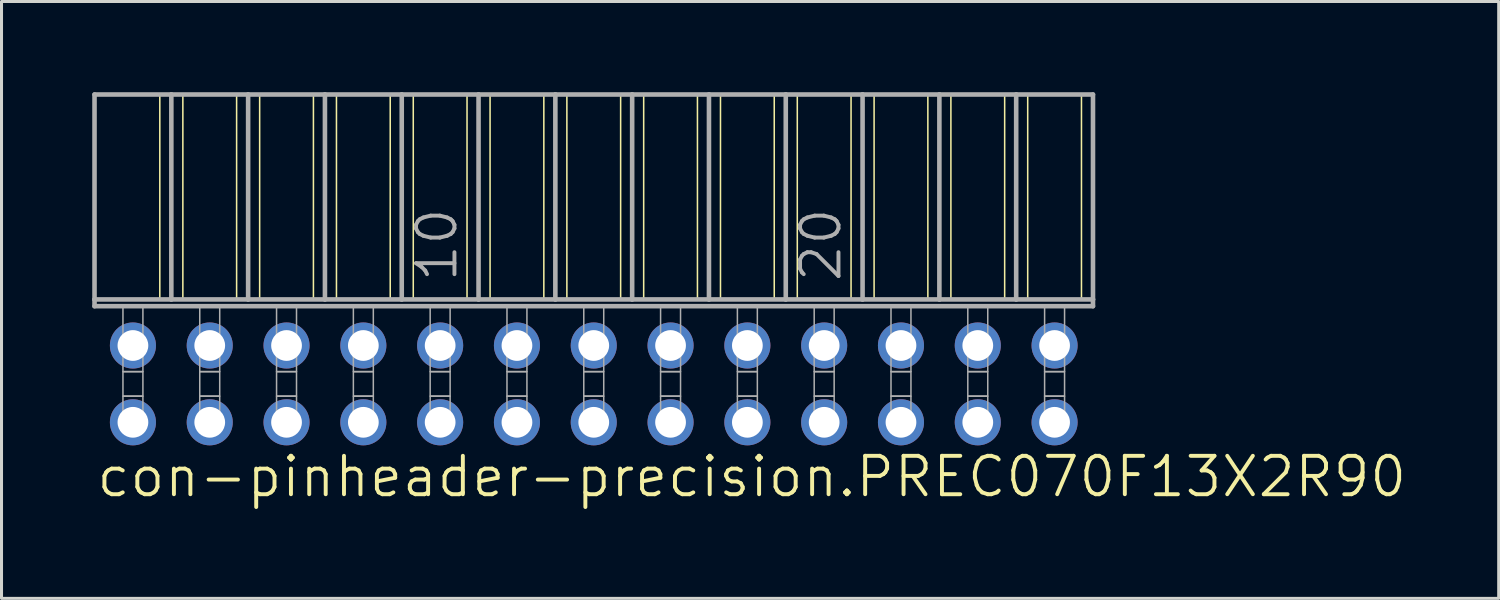
<source format=kicad_pcb>
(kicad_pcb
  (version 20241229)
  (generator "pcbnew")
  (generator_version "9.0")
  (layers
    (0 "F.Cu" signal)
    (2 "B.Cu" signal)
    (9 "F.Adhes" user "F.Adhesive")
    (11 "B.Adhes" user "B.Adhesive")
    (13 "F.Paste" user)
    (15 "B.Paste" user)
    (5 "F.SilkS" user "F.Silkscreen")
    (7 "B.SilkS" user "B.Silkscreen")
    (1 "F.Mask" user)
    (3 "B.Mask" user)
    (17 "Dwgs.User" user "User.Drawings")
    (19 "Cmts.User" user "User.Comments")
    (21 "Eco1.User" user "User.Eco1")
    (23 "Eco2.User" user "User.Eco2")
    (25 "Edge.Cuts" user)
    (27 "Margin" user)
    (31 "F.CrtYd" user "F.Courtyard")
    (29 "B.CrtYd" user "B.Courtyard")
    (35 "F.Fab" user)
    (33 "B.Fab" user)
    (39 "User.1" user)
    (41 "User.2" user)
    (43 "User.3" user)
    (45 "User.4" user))
  (footprint "con-pinheader-precision.PREC070F13X2R90"
    (layer "F.Cu")
    (at 16.586 9.646)
    (property "Reference" "con-pinheader-precision.PREC070F13X2R90" (at -16.51 3.81 0) (layer "F.SilkS") (effects (font (size 1.27 1.27) (thickness 0.13)) (justify left bottom)))
    (attr through_hole)
    (fp_line (start -14.351 -9.57) (end -14.351 -2.794) (stroke (width 0.051) (type default)) (layer "F.SilkS"))
    (fp_line (start -13.589 -9.57) (end -13.589 -2.794) (stroke (width 0.051) (type default)) (layer "F.SilkS"))
    (fp_line (start -11.811 -9.57) (end -11.811 -2.794) (stroke (width 0.051) (type default)) (layer "F.SilkS"))
    (fp_line (start -11.049 -9.57) (end -11.049 -2.794) (stroke (width 0.051) (type default)) (layer "F.SilkS"))
    (fp_line (start -9.271 -9.57) (end -9.271 -2.794) (stroke (width 0.051) (type default)) (layer "F.SilkS"))
    (fp_line (start -8.509 -9.57) (end -8.509 -2.794) (stroke (width 0.051) (type default)) (layer "F.SilkS"))
    (fp_line (start -6.731 -9.57) (end -6.731 -2.794) (stroke (width 0.051) (type default)) (layer "F.SilkS"))
    (fp_line (start -5.969 -9.57) (end -5.969 -2.794) (stroke (width 0.051) (type default)) (layer "F.SilkS"))
    (fp_line (start -4.191 -9.57) (end -4.191 -2.794) (stroke (width 0.051) (type default)) (layer "F.SilkS"))
    (fp_line (start -3.429 -9.57) (end -3.429 -2.794) (stroke (width 0.051) (type default)) (layer "F.SilkS"))
    (fp_line (start -1.651 -9.57) (end -1.651 -2.794) (stroke (width 0.051) (type default)) (layer "F.SilkS"))
    (fp_line (start -0.889 -9.57) (end -0.889 -2.794) (stroke (width 0.051) (type default)) (layer "F.SilkS"))
    (fp_line (start 0.889 -9.57) (end 0.889 -2.794) (stroke (width 0.051) (type default)) (layer "F.SilkS"))
    (fp_line (start 1.651 -9.57) (end 1.651 -2.794) (stroke (width 0.051) (type default)) (layer "F.SilkS"))
    (fp_line (start 3.429 -9.57) (end 3.429 -2.794) (stroke (width 0.051) (type default)) (layer "F.SilkS"))
    (fp_line (start 4.191 -9.57) (end 4.191 -2.794) (stroke (width 0.051) (type default)) (layer "F.SilkS"))
    (fp_line (start 5.969 -9.57) (end 5.969 -2.794) (stroke (width 0.051) (type default)) (layer "F.SilkS"))
    (fp_line (start 6.731 -9.57) (end 6.731 -2.794) (stroke (width 0.051) (type default)) (layer "F.SilkS"))
    (fp_line (start 8.509 -9.57) (end 8.509 -2.794) (stroke (width 0.051) (type default)) (layer "F.SilkS"))
    (fp_line (start 9.271 -9.57) (end 9.271 -2.794) (stroke (width 0.051) (type default)) (layer "F.SilkS"))
    (fp_line (start 11.049 -9.57) (end 11.049 -2.794) (stroke (width 0.051) (type default)) (layer "F.SilkS"))
    (fp_line (start 11.811 -9.57) (end 11.811 -2.794) (stroke (width 0.051) (type default)) (layer "F.SilkS"))
    (fp_line (start 13.589 -9.57) (end 13.589 -2.794) (stroke (width 0.051) (type default)) (layer "F.SilkS"))
    (fp_line (start 14.351 -9.57) (end 14.351 -2.794) (stroke (width 0.051) (type default)) (layer "F.SilkS"))
    (fp_line (start 16.129 -9.57) (end 16.129 -2.794) (stroke (width 0.051) (type default)) (layer "F.SilkS"))
    (fp_line (start -16.51 -9.57) (end -13.97 -9.57) (stroke (width 0.152) (type default)) (layer "F.Fab"))
    (fp_line (start -16.51 -2.794) (end -16.51 -9.57) (stroke (width 0.152) (type default)) (layer "F.Fab"))
    (fp_line (start -16.51 -2.57) (end -16.51 -2.794) (stroke (width 0.152) (type default)) (layer "F.Fab"))
    (fp_line (start -16.51 -2.57) (end 16.51 -2.57) (stroke (width 0.152) (type default)) (layer "F.Fab"))
    (fp_line (start -13.97 -9.57) (end -11.43 -9.57) (stroke (width 0.152) (type default)) (layer "F.Fab"))
    (fp_line (start -13.97 -2.794) (end -16.51 -2.794) (stroke (width 0.152) (type default)) (layer "F.Fab"))
    (fp_line (start -13.97 -2.794) (end -13.97 -9.57) (stroke (width 0.152) (type default)) (layer "F.Fab"))
    (fp_line (start -13.97 -2.794) (end -11.43 -2.794) (stroke (width 0.152) (type default)) (layer "F.Fab"))
    (fp_line (start -11.43 -9.57) (end -8.89 -9.57) (stroke (width 0.152) (type default)) (layer "F.Fab"))
    (fp_line (start -11.43 -2.794) (end -11.43 -9.57) (stroke (width 0.152) (type default)) (layer "F.Fab"))
    (fp_line (start -8.89 -9.57) (end -6.35 -9.57) (stroke (width 0.152) (type default)) (layer "F.Fab"))
    (fp_line (start -8.89 -2.794) (end -11.43 -2.794) (stroke (width 0.152) (type default)) (layer "F.Fab"))
    (fp_line (start -8.89 -2.794) (end -8.89 -9.57) (stroke (width 0.152) (type default)) (layer "F.Fab"))
    (fp_line (start -6.35 -9.57) (end -3.81 -9.57) (stroke (width 0.152) (type default)) (layer "F.Fab"))
    (fp_line (start -6.35 -2.794) (end -8.89 -2.794) (stroke (width 0.152) (type default)) (layer "F.Fab"))
    (fp_line (start -6.35 -2.794) (end -6.35 -9.57) (stroke (width 0.152) (type default)) (layer "F.Fab"))
    (fp_line (start -3.81 -9.57) (end -1.27 -9.57) (stroke (width 0.152) (type default)) (layer "F.Fab"))
    (fp_line (start -3.81 -2.794) (end -6.35 -2.794) (stroke (width 0.152) (type default)) (layer "F.Fab"))
    (fp_line (start -3.81 -2.794) (end -3.81 -9.57) (stroke (width 0.152) (type default)) (layer "F.Fab"))
    (fp_line (start -1.27 -9.57) (end 1.27 -9.57) (stroke (width 0.152) (type default)) (layer "F.Fab"))
    (fp_line (start -1.27 -2.794) (end -3.81 -2.794) (stroke (width 0.152) (type default)) (layer "F.Fab"))
    (fp_line (start -1.27 -2.794) (end -1.27 -9.57) (stroke (width 0.152) (type default)) (layer "F.Fab"))
    (fp_line (start -1.27 -2.794) (end 1.27 -2.794) (stroke (width 0.152) (type default)) (layer "F.Fab"))
    (fp_line (start 1.27 -9.57) (end 3.81 -9.57) (stroke (width 0.152) (type default)) (layer "F.Fab"))
    (fp_line (start 1.27 -2.794) (end 1.27 -9.57) (stroke (width 0.152) (type default)) (layer "F.Fab"))
    (fp_line (start 3.81 -9.57) (end 6.35 -9.57) (stroke (width 0.152) (type default)) (layer "F.Fab"))
    (fp_line (start 3.81 -2.794) (end 1.27 -2.794) (stroke (width 0.152) (type default)) (layer "F.Fab"))
    (fp_line (start 3.81 -2.794) (end 3.81 -9.57) (stroke (width 0.152) (type default)) (layer "F.Fab"))
    (fp_line (start 6.35 -9.57) (end 8.89 -9.57) (stroke (width 0.152) (type default)) (layer "F.Fab"))
    (fp_line (start 6.35 -2.794) (end 3.81 -2.794) (stroke (width 0.152) (type default)) (layer "F.Fab"))
    (fp_line (start 6.35 -2.794) (end 6.35 -9.57) (stroke (width 0.152) (type default)) (layer "F.Fab"))
    (fp_line (start 8.89 -9.57) (end 11.43 -9.57) (stroke (width 0.152) (type default)) (layer "F.Fab"))
    (fp_line (start 8.89 -2.794) (end 6.35 -2.794) (stroke (width 0.152) (type default)) (layer "F.Fab"))
    (fp_line (start 8.89 -2.794) (end 8.89 -9.57) (stroke (width 0.152) (type default)) (layer "F.Fab"))
    (fp_line (start 11.43 -9.57) (end 13.97 -9.57) (stroke (width 0.152) (type default)) (layer "F.Fab"))
    (fp_line (start 11.43 -2.794) (end 8.89 -2.794) (stroke (width 0.152) (type default)) (layer "F.Fab"))
    (fp_line (start 11.43 -2.794) (end 11.43 -9.57) (stroke (width 0.152) (type default)) (layer "F.Fab"))
    (fp_line (start 11.43 -2.794) (end 13.97 -2.794) (stroke (width 0.152) (type default)) (layer "F.Fab"))
    (fp_line (start 13.97 -9.57) (end 16.51 -9.57) (stroke (width 0.152) (type default)) (layer "F.Fab"))
    (fp_line (start 13.97 -2.794) (end 13.97 -9.57) (stroke (width 0.152) (type default)) (layer "F.Fab"))
    (fp_line (start 16.51 -2.794) (end 13.97 -2.794) (stroke (width 0.152) (type default)) (layer "F.Fab"))
    (fp_line (start 16.51 -2.794) (end 16.51 -9.57) (stroke (width 0.152) (type default)) (layer "F.Fab"))
    (fp_line (start 16.51 -2.57) (end 16.51 -2.794) (stroke (width 0.152) (type default)) (layer "F.Fab"))
    (fp_rect (start -15.57 -0.406) (end -14.91 -2.57) (stroke (width 0.05) (type default)) (fill no) (layer "F.Fab"))
    (fp_rect (start -15.57 0.406) (end -14.91 -0.406) (stroke (width 0.05) (type default)) (fill no) (layer "F.Fab"))
    (fp_rect (start -15.57 1.575) (end -14.91 0.406) (stroke (width 0.05) (type default)) (fill no) (layer "F.Fab"))
    (fp_rect (start -13.03 -0.406) (end -12.37 -2.57) (stroke (width 0.05) (type default)) (fill no) (layer "F.Fab"))
    (fp_rect (start -13.03 0.406) (end -12.37 -0.406) (stroke (width 0.05) (type default)) (fill no) (layer "F.Fab"))
    (fp_rect (start -13.03 1.575) (end -12.37 0.406) (stroke (width 0.05) (type default)) (fill no) (layer "F.Fab"))
    (fp_rect (start -10.49 -0.406) (end -9.83 -2.57) (stroke (width 0.05) (type default)) (fill no) (layer "F.Fab"))
    (fp_rect (start -10.49 0.406) (end -9.83 -0.406) (stroke (width 0.05) (type default)) (fill no) (layer "F.Fab"))
    (fp_rect (start -10.49 1.575) (end -9.83 0.406) (stroke (width 0.05) (type default)) (fill no) (layer "F.Fab"))
    (fp_rect (start -7.95 -0.406) (end -7.29 -2.57) (stroke (width 0.05) (type default)) (fill no) (layer "F.Fab"))
    (fp_rect (start -7.95 0.406) (end -7.29 -0.406) (stroke (width 0.05) (type default)) (fill no) (layer "F.Fab"))
    (fp_rect (start -7.95 1.575) (end -7.29 0.406) (stroke (width 0.05) (type default)) (fill no) (layer "F.Fab"))
    (fp_rect (start -5.41 -0.406) (end -4.75 -2.57) (stroke (width 0.05) (type default)) (fill no) (layer "F.Fab"))
    (fp_rect (start -5.41 0.406) (end -4.75 -0.406) (stroke (width 0.05) (type default)) (fill no) (layer "F.Fab"))
    (fp_rect (start -5.41 1.575) (end -4.75 0.406) (stroke (width 0.05) (type default)) (fill no) (layer "F.Fab"))
    (fp_rect (start -2.87 -0.406) (end -2.21 -2.57) (stroke (width 0.05) (type default)) (fill no) (layer "F.Fab"))
    (fp_rect (start -2.87 0.406) (end -2.21 -0.406) (stroke (width 0.05) (type default)) (fill no) (layer "F.Fab"))
    (fp_rect (start -2.87 1.575) (end -2.21 0.406) (stroke (width 0.05) (type default)) (fill no) (layer "F.Fab"))
    (fp_rect (start -0.33 -0.406) (end 0.33 -2.57) (stroke (width 0.05) (type default)) (fill no) (layer "F.Fab"))
    (fp_rect (start -0.33 0.406) (end 0.33 -0.406) (stroke (width 0.05) (type default)) (fill no) (layer "F.Fab"))
    (fp_rect (start -0.33 1.575) (end 0.33 0.406) (stroke (width 0.05) (type default)) (fill no) (layer "F.Fab"))
    (fp_rect (start 2.21 -0.406) (end 2.87 -2.57) (stroke (width 0.05) (type default)) (fill no) (layer "F.Fab"))
    (fp_rect (start 2.21 0.406) (end 2.87 -0.406) (stroke (width 0.05) (type default)) (fill no) (layer "F.Fab"))
    (fp_rect (start 2.21 1.575) (end 2.87 0.406) (stroke (width 0.05) (type default)) (fill no) (layer "F.Fab"))
    (fp_rect (start 4.75 -0.406) (end 5.41 -2.57) (stroke (width 0.05) (type default)) (fill no) (layer "F.Fab"))
    (fp_rect (start 4.75 0.406) (end 5.41 -0.406) (stroke (width 0.05) (type default)) (fill no) (layer "F.Fab"))
    (fp_rect (start 4.75 1.575) (end 5.41 0.406) (stroke (width 0.05) (type default)) (fill no) (layer "F.Fab"))
    (fp_rect (start 7.29 -0.406) (end 7.95 -2.57) (stroke (width 0.05) (type default)) (fill no) (layer "F.Fab"))
    (fp_rect (start 7.29 0.406) (end 7.95 -0.406) (stroke (width 0.05) (type default)) (fill no) (layer "F.Fab"))
    (fp_rect (start 7.29 1.575) (end 7.95 0.406) (stroke (width 0.05) (type default)) (fill no) (layer "F.Fab"))
    (fp_rect (start 9.83 -0.406) (end 10.49 -2.57) (stroke (width 0.05) (type default)) (fill no) (layer "F.Fab"))
    (fp_rect (start 9.83 0.406) (end 10.49 -0.406) (stroke (width 0.05) (type default)) (fill no) (layer "F.Fab"))
    (fp_rect (start 9.83 1.575) (end 10.49 0.406) (stroke (width 0.05) (type default)) (fill no) (layer "F.Fab"))
    (fp_rect (start 12.37 -0.406) (end 13.03 -2.57) (stroke (width 0.05) (type default)) (fill no) (layer "F.Fab"))
    (fp_rect (start 12.37 0.406) (end 13.03 -0.406) (stroke (width 0.05) (type default)) (fill no) (layer "F.Fab"))
    (fp_rect (start 12.37 1.575) (end 13.03 0.406) (stroke (width 0.05) (type default)) (fill no) (layer "F.Fab"))
    (fp_rect (start 14.91 -0.406) (end 15.57 -2.57) (stroke (width 0.05) (type default)) (fill no) (layer "F.Fab"))
    (fp_rect (start 14.91 0.406) (end 15.57 -0.406) (stroke (width 0.05) (type default)) (fill no) (layer "F.Fab"))
    (fp_rect (start 14.91 1.575) (end 15.57 0.406) (stroke (width 0.05) (type default)) (fill no) (layer "F.Fab"))
    (fp_text user "20" (at 8.255 -3.302 90) (layer "F.Fab") (effects (font (size 1.27 1.27) (thickness 0.13)) (justify left bottom)))
    (fp_text user "10" (at -4.445 -3.302 90) (layer "F.Fab") (effects (font (size 1.27 1.27) (thickness 0.13)) (justify left bottom)))
    (pad "1" thru_hole circle (at -15.24 -1.27 180) (size 1.524 1.524) (drill 1.016) (layers "*.Cu" "*.Mask"))
    (pad "2" thru_hole circle (at -15.24 1.27 180) (size 1.524 1.524) (drill 1.016) (layers "*.Cu" "*.Mask"))
    (pad "3" thru_hole circle (at -12.7 -1.27 180) (size 1.524 1.524) (drill 1.016) (layers "*.Cu" "*.Mask"))
    (pad "4" thru_hole circle (at -12.7 1.27 180) (size 1.524 1.524) (drill 1.016) (layers "*.Cu" "*.Mask"))
    (pad "5" thru_hole circle (at -10.16 -1.27 180) (size 1.524 1.524) (drill 1.016) (layers "*.Cu" "*.Mask"))
    (pad "6" thru_hole circle (at -10.16 1.27 180) (size 1.524 1.524) (drill 1.016) (layers "*.Cu" "*.Mask"))
    (pad "7" thru_hole circle (at -7.62 -1.27 180) (size 1.524 1.524) (drill 1.016) (layers "*.Cu" "*.Mask"))
    (pad "8" thru_hole circle (at -7.62 1.27 180) (size 1.524 1.524) (drill 1.016) (layers "*.Cu" "*.Mask"))
    (pad "9" thru_hole circle (at -5.08 -1.27 180) (size 1.524 1.524) (drill 1.016) (layers "*.Cu" "*.Mask"))
    (pad "10" thru_hole circle (at -5.08 1.27 180) (size 1.524 1.524) (drill 1.016) (layers "*.Cu" "*.Mask"))
    (pad "11" thru_hole circle (at -2.54 -1.27 180) (size 1.524 1.524) (drill 1.016) (layers "*.Cu" "*.Mask"))
    (pad "12" thru_hole circle (at -2.54 1.27 180) (size 1.524 1.524) (drill 1.016) (layers "*.Cu" "*.Mask"))
    (pad "13" thru_hole circle (at 0 -1.27 180) (size 1.524 1.524) (drill 1.016) (layers "*.Cu" "*.Mask"))
    (pad "14" thru_hole circle (at 0 1.27 180) (size 1.524 1.524) (drill 1.016) (layers "*.Cu" "*.Mask"))
    (pad "15" thru_hole circle (at 2.54 -1.27 180) (size 1.524 1.524) (drill 1.016) (layers "*.Cu" "*.Mask"))
    (pad "16" thru_hole circle (at 2.54 1.27 180) (size 1.524 1.524) (drill 1.016) (layers "*.Cu" "*.Mask"))
    (pad "17" thru_hole circle (at 5.08 -1.27 180) (size 1.524 1.524) (drill 1.016) (layers "*.Cu" "*.Mask"))
    (pad "18" thru_hole circle (at 5.08 1.27 180) (size 1.524 1.524) (drill 1.016) (layers "*.Cu" "*.Mask"))
    (pad "19" thru_hole circle (at 7.62 -1.27 180) (size 1.524 1.524) (drill 1.016) (layers "*.Cu" "*.Mask"))
    (pad "20" thru_hole circle (at 7.62 1.27 180) (size 1.524 1.524) (drill 1.016) (layers "*.Cu" "*.Mask"))
    (pad "21" thru_hole circle (at 10.16 -1.27 180) (size 1.524 1.524) (drill 1.016) (layers "*.Cu" "*.Mask"))
    (pad "22" thru_hole circle (at 10.16 1.27 180) (size 1.524 1.524) (drill 1.016) (layers "*.Cu" "*.Mask"))
    (pad "23" thru_hole circle (at 12.7 -1.27 180) (size 1.524 1.524) (drill 1.016) (layers "*.Cu" "*.Mask"))
    (pad "24" thru_hole circle (at 12.7 1.27 180) (size 1.524 1.524) (drill 1.016) (layers "*.Cu" "*.Mask"))
    (pad "25" thru_hole circle (at 15.24 -1.27 180) (size 1.524 1.524) (drill 1.016) (layers "*.Cu" "*.Mask"))
    (pad "26" thru_hole circle (at 15.24 1.27 180) (size 1.524 1.524) (drill 1.016) (layers "*.Cu" "*.Mask")))
  (gr_rect
    (start -3 -3)
    (end 46.513 16.738)
    (stroke (width 0.1) (type default))
    (fill no)
    (layer "Edge.Cuts")))
</source>
